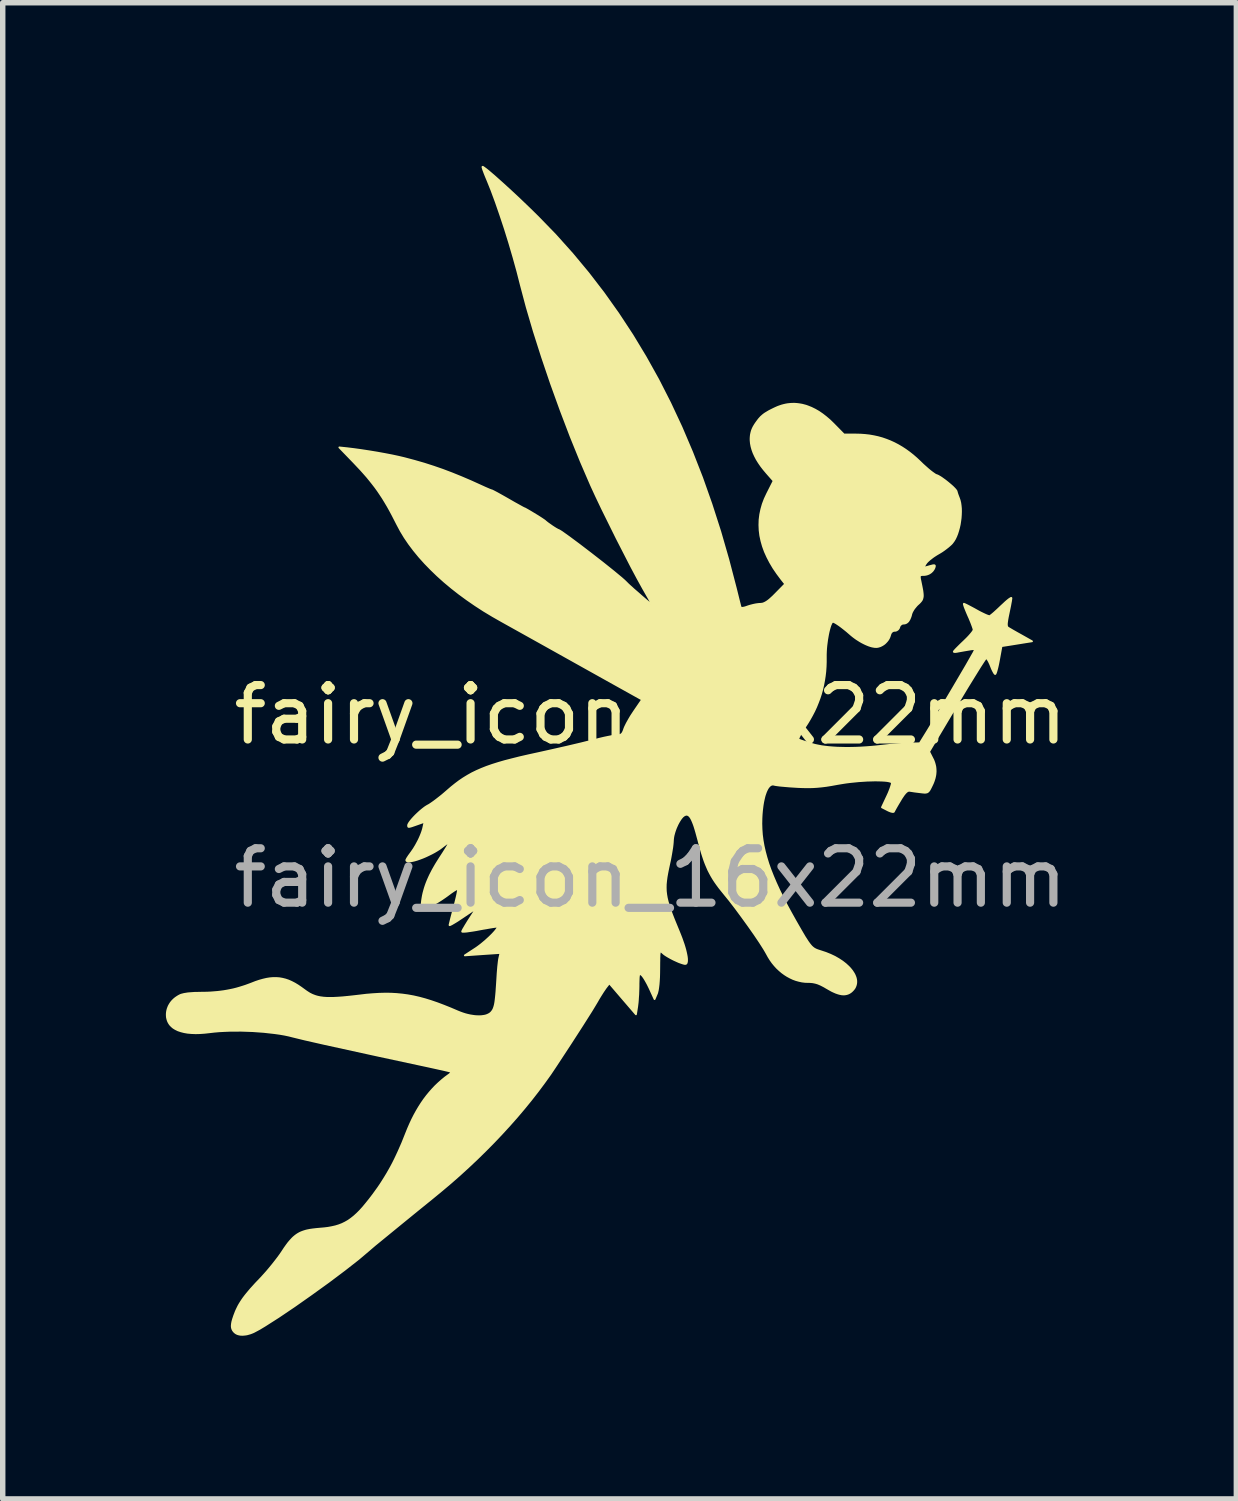
<source format=kicad_pcb>
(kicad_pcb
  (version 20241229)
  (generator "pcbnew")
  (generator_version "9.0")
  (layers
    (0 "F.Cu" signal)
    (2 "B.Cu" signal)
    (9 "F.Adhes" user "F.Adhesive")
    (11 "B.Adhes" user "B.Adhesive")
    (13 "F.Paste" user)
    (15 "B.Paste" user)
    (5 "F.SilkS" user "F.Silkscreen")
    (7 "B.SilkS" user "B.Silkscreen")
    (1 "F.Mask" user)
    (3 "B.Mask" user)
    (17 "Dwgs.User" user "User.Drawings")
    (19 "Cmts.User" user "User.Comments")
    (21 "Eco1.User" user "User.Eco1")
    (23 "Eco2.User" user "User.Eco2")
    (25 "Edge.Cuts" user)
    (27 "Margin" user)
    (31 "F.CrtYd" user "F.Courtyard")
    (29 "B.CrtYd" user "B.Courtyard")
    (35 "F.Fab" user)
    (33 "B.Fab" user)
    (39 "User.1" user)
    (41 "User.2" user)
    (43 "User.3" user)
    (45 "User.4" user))
  (footprint "fairy_icon_16x22mm"
    (layer "F.Cu")
    (at 8.91 10.589)
    (property "Reference" "fairy_icon_16x22mm" (at 0 -0.5 0) (unlocked yes) (layer "F.SilkS") (effects (font (size 1 1) (thickness 0.15))))
    (fp_poly (pts (xy -7.65 10.85) (xy -7.656 10.844) (xy -7.662 10.837) (xy -7.667 10.831) (xy -7.672 10.824) (xy -7.677 10.817) (xy -7.681 10.81) (xy -7.684 10.803) (xy -7.688 10.796) (xy -7.691 10.788) (xy -7.693 10.781) (xy -7.695 10.773) (xy -7.697 10.764) (xy -7.698 10.756) (xy -7.699 10.747) (xy -7.699 10.738) (xy -7.699 10.728) (xy -7.698 10.718) (xy -7.697 10.708) (xy -7.696 10.697) (xy -7.694 10.686) (xy -7.692 10.674) (xy -7.69 10.662) (xy -7.683 10.636) (xy -7.675 10.608) (xy -7.665 10.578) (xy -7.654 10.545) (xy -7.64 10.509) (xy -7.626 10.472) (xy -7.61 10.436) (xy -7.593 10.401) (xy -7.575 10.365) (xy -7.555 10.33) (xy -7.533 10.295) (xy -7.509 10.258) (xy -7.483 10.221) (xy -7.454 10.183) (xy -7.422 10.143) (xy -7.387 10.101) (xy -7.349 10.056) (xy -7.307 10.01) (xy -7.262 9.96) (xy -7.159 9.852) (xy -7.11 9.798) (xy -7.057 9.739) (xy -7.004 9.676) (xy -6.95 9.61) (xy -6.898 9.544) (xy -6.849 9.48) (xy -6.805 9.42) (xy -6.768 9.365) (xy -6.73 9.307) (xy -6.693 9.255) (xy -6.658 9.208) (xy -6.623 9.167) (xy -6.589 9.13) (xy -6.572 9.113) (xy -6.555 9.098) (xy -6.537 9.083) (xy -6.52 9.07) (xy -6.502 9.057) (xy -6.483 9.045) (xy -6.464 9.034) (xy -6.445 9.024) (xy -6.425 9.015) (xy -6.405 9.007) (xy -6.383 8.999) (xy -6.361 8.992) (xy -6.338 8.985) (xy -6.314 8.979) (xy -6.264 8.969) (xy -6.208 8.961) (xy -6.148 8.954) (xy -6.082 8.948) (xy -6.002 8.941) (xy -5.928 8.932) (xy -5.858 8.919) (xy -5.792 8.904) (xy -5.73 8.885) (xy -5.671 8.862) (xy -5.614 8.834) (xy -5.558 8.802) (xy -5.504 8.764) (xy -5.45 8.721) (xy -5.396 8.672) (xy -5.341 8.617) (xy -5.285 8.555) (xy -5.227 8.485) (xy -5.166 8.409) (xy -5.101 8.324) (xy -5.01 8.198) (xy -4.967 8.135) (xy -4.926 8.071) (xy -4.886 8.007) (xy -4.847 7.943) (xy -4.809 7.877) (xy -4.772 7.811) (xy -4.736 7.743) (xy -4.701 7.673) (xy -4.667 7.601) (xy -4.633 7.528) (xy -4.565 7.373) (xy -4.499 7.208) (xy -4.462 7.116) (xy -4.424 7.028) (xy -4.385 6.944) (xy -4.344 6.863) (xy -4.301 6.785) (xy -4.257 6.711) (xy -4.211 6.639) (xy -4.164 6.571) (xy -4.114 6.505) (xy -4.063 6.443) (xy -4.01 6.383) (xy -3.955 6.325) (xy -3.898 6.271) (xy -3.838 6.218) (xy -3.777 6.168) (xy -3.713 6.121) (xy -3.703 6.114) (xy -3.695 6.107) (xy -3.687 6.101) (xy -3.681 6.096) (xy -3.679 6.093) (xy -3.676 6.091) (xy -3.674 6.089) (xy -3.673 6.087) (xy -3.671 6.085) (xy -3.67 6.083) (xy -3.669 6.081) (xy -3.669 6.079) (xy -3.668 6.077) (xy -3.668 6.075) (xy -3.668 6.074) (xy -3.669 6.072) (xy -3.67 6.071) (xy -3.671 6.069) (xy -3.672 6.068) (xy -3.674 6.066) (xy -3.676 6.065) (xy -3.678 6.063) (xy -3.68 6.062) (xy -3.683 6.061) (xy -3.689 6.058) (xy -3.696 6.055) (xy -3.815 6.027) (xy -4.101 5.964) (xy -5.004 5.77) (xy -5.985 5.555) (xy -6.355 5.471) (xy -6.576 5.417) (xy -6.651 5.398) (xy -6.732 5.381) (xy -6.819 5.366) (xy -6.912 5.353) (xy -7.109 5.331) (xy -7.316 5.316) (xy -7.526 5.309) (xy -7.733 5.31) (xy -7.833 5.314) (xy -7.929 5.319) (xy -8.021 5.327) (xy -8.108 5.337) (xy -8.198 5.347) (xy -8.284 5.353) (xy -8.364 5.355) (xy -8.44 5.352) (xy -8.51 5.346) (xy -8.574 5.335) (xy -8.633 5.32) (xy -8.687 5.302) (xy -8.734 5.279) (xy -8.756 5.266) (xy -8.776 5.253) (xy -8.794 5.238) (xy -8.811 5.222) (xy -8.827 5.206) (xy -8.841 5.188) (xy -8.853 5.17) (xy -8.864 5.15) (xy -8.873 5.13) (xy -8.88 5.109) (xy -8.886 5.087) (xy -8.891 5.064) (xy -8.893 5.04) (xy -8.894 5.015) (xy -8.893 4.988) (xy -8.89 4.961) (xy -8.885 4.934) (xy -8.878 4.908) (xy -8.869 4.883) (xy -8.859 4.858) (xy -8.846 4.834) (xy -8.832 4.811) (xy -8.817 4.789) (xy -8.799 4.767) (xy -8.78 4.747) (xy -8.759 4.727) (xy -8.737 4.709) (xy -8.713 4.692) (xy -8.688 4.676) (xy -8.661 4.661) (xy -8.649 4.655) (xy -8.635 4.649) (xy -8.619 4.644) (xy -8.602 4.64) (xy -8.584 4.635) (xy -8.564 4.631) (xy -8.542 4.628) (xy -8.52 4.624) (xy -8.496 4.621) (xy -8.47 4.619) (xy -8.443 4.617) (xy -8.415 4.615) (xy -8.386 4.613) (xy -8.356 4.612) (xy -8.324 4.612) (xy -8.291 4.611) (xy -8.155 4.609) (xy -8.09 4.606) (xy -8.027 4.601) (xy -7.965 4.596) (xy -7.904 4.589) (xy -7.845 4.581) (xy -7.786 4.571) (xy -7.729 4.56) (xy -7.672 4.548) (xy -7.616 4.534) (xy -7.56 4.518) (xy -7.505 4.501) (xy -7.449 4.483) (xy -7.394 4.463) (xy -7.338 4.442) (xy -7.264 4.413) (xy -7.193 4.389) (xy -7.125 4.37) (xy -7.061 4.355) (xy -6.999 4.345) (xy -6.938 4.34) (xy -6.88 4.34) (xy -6.823 4.344) (xy -6.767 4.354) (xy -6.711 4.368) (xy -6.655 4.387) (xy -6.599 4.412) (xy -6.543 4.441) (xy -6.485 4.476) (xy -6.426 4.516) (xy -6.364 4.561) (xy -6.325 4.589) (xy -6.286 4.614) (xy -6.267 4.626) (xy -6.247 4.636) (xy -6.227 4.646) (xy -6.206 4.655) (xy -6.185 4.663) (xy -6.163 4.671) (xy -6.14 4.678) (xy -6.117 4.684) (xy -6.093 4.689) (xy -6.068 4.694) (xy -6.042 4.697) (xy -6.015 4.701) (xy -5.986 4.703) (xy -5.957 4.705) (xy -5.893 4.706) (xy -5.823 4.705) (xy -5.746 4.701) (xy -5.661 4.695) (xy -5.568 4.686) (xy -5.465 4.675) (xy -5.353 4.662) (xy -5.227 4.647) (xy -5.107 4.637) (xy -4.993 4.63) (xy -4.882 4.627) (xy -4.774 4.628) (xy -4.669 4.634) (xy -4.565 4.644) (xy -4.462 4.658) (xy -4.358 4.677) (xy -4.253 4.701) (xy -4.146 4.73) (xy -4.036 4.764) (xy -3.922 4.803) (xy -3.803 4.848) (xy -3.678 4.898) (xy -3.547 4.954) (xy -3.5 4.973) (xy -3.453 4.99) (xy -3.406 5.005) (xy -3.36 5.017) (xy -3.314 5.027) (xy -3.269 5.034) (xy -3.226 5.04) (xy -3.184 5.042) (xy -3.144 5.043) (xy -3.106 5.041) (xy -3.07 5.036) (xy -3.037 5.03) (xy -3.007 5.02) (xy -2.98 5.008) (xy -2.956 4.994) (xy -2.946 4.986) (xy -2.936 4.978) (xy -2.93 4.971) (xy -2.923 4.964) (xy -2.917 4.956) (xy -2.911 4.949) (xy -2.906 4.941) (xy -2.9 4.932) (xy -2.895 4.924) (xy -2.891 4.915) (xy -2.886 4.905) (xy -2.882 4.894) (xy -2.878 4.883) (xy -2.874 4.871) (xy -2.87 4.858) (xy -2.867 4.845) (xy -2.863 4.83) (xy -2.86 4.815) (xy -2.854 4.78) (xy -2.849 4.741) (xy -2.844 4.697) (xy -2.839 4.647) (xy -2.834 4.591) (xy -2.83 4.528) (xy -2.825 4.458) (xy -2.82 4.38) (xy -2.812 4.25) (xy -2.802 4.13) (xy -2.791 4.033) (xy -2.786 3.997) (xy -2.781 3.972) (xy -2.76 3.879) (xy -3.088 3.901) (xy -3.415 3.924) (xy -3.214 3.793) (xy -3.181 3.77) (xy -3.146 3.744) (xy -3.111 3.717) (xy -3.075 3.687) (xy -3.039 3.657) (xy -3.004 3.625) (xy -2.97 3.594) (xy -2.938 3.563) (xy -2.909 3.534) (xy -2.882 3.505) (xy -2.859 3.479) (xy -2.84 3.455) (xy -2.825 3.435) (xy -2.815 3.418) (xy -2.813 3.411) (xy -2.811 3.405) (xy -2.812 3.401) (xy -2.814 3.397) (xy -2.814 3.397) (xy -2.816 3.397) (xy -2.822 3.397) (xy -2.831 3.397) (xy -2.843 3.398) (xy -2.874 3.402) (xy -2.914 3.408) (xy -2.963 3.416) (xy -3.018 3.426) (xy -3.079 3.436) (xy -3.144 3.448) (xy -3.208 3.46) (xy -3.268 3.47) (xy -3.323 3.478) (xy -3.37 3.485) (xy -3.409 3.489) (xy -3.439 3.49) (xy -3.45 3.49) (xy -3.458 3.49) (xy -3.463 3.488) (xy -3.464 3.487) (xy -3.464 3.486) (xy -3.464 3.485) (xy -3.464 3.483) (xy -3.462 3.477) (xy -3.458 3.47) (xy -3.454 3.461) (xy -3.442 3.438) (xy -3.425 3.41) (xy -3.406 3.377) (xy -3.383 3.34) (xy -3.359 3.3) (xy -3.332 3.258) (xy -3.2 3.054) (xy -3.448 3.221) (xy -3.498 3.254) (xy -3.544 3.285) (xy -3.586 3.311) (xy -3.623 3.333) (xy -3.654 3.351) (xy -3.676 3.362) (xy -3.685 3.366) (xy -3.691 3.368) (xy -3.695 3.369) (xy -3.696 3.368) (xy -3.696 3.367) (xy -3.696 3.364) (xy -3.694 3.357) (xy -3.689 3.334) (xy -3.681 3.302) (xy -3.671 3.26) (xy -3.644 3.156) (xy -3.611 3.032) (xy -3.594 2.969) (xy -3.579 2.909) (xy -3.566 2.855) (xy -3.555 2.806) (xy -3.547 2.766) (xy -3.542 2.734) (xy -3.54 2.712) (xy -3.54 2.706) (xy -3.541 2.703) (xy -3.542 2.702) (xy -3.544 2.702) (xy -3.545 2.702) (xy -3.548 2.702) (xy -3.55 2.703) (xy -3.553 2.704) (xy -3.56 2.706) (xy -3.568 2.71) (xy -3.577 2.715) (xy -3.587 2.72) (xy -3.599 2.727) (xy -3.611 2.734) (xy -3.624 2.743) (xy -3.638 2.752) (xy -3.652 2.762) (xy -3.667 2.772) (xy -3.682 2.783) (xy -3.698 2.795) (xy -3.714 2.807) (xy -3.748 2.832) (xy -3.782 2.856) (xy -3.851 2.903) (xy -3.918 2.945) (xy -3.983 2.982) (xy -4.013 2.998) (xy -4.042 3.013) (xy -4.07 3.025) (xy -4.095 3.036) (xy -4.118 3.044) (xy -4.139 3.05) (xy -4.157 3.054) (xy -4.172 3.056) (xy -4.175 3.056) (xy -4.178 3.055) (xy -4.181 3.055) (xy -4.184 3.054) (xy -4.187 3.053) (xy -4.189 3.052) (xy -4.192 3.051) (xy -4.194 3.049) (xy -4.196 3.047) (xy -4.198 3.045) (xy -4.199 3.043) (xy -4.201 3.04) (xy -4.202 3.037) (xy -4.204 3.034) (xy -4.205 3.03) (xy -4.206 3.026) (xy -4.206 3.022) (xy -4.207 3.017) (xy -4.207 3.013) (xy -4.208 3.007) (xy -4.208 3.002) (xy -4.208 2.996) (xy -4.208 2.99) (xy -4.208 2.983) (xy -4.207 2.976) (xy -4.207 2.968) (xy -4.206 2.961) (xy -4.205 2.952) (xy -4.203 2.934) (xy -4.201 2.915) (xy -4.194 2.87) (xy -4.186 2.824) (xy -4.176 2.779) (xy -4.164 2.734) (xy -4.151 2.688) (xy -4.136 2.642) (xy -4.119 2.595) (xy -4.1 2.548) (xy -4.079 2.5) (xy -4.057 2.452) (xy -4.032 2.403) (xy -4.006 2.353) (xy -3.977 2.302) (xy -3.947 2.25) (xy -3.914 2.197) (xy -3.88 2.143) (xy -3.808 2.032) (xy -3.75 1.939) (xy -3.728 1.902) (xy -3.711 1.873) (xy -3.7 1.853) (xy -3.697 1.847) (xy -3.696 1.843) (xy -3.696 1.842) (xy -3.697 1.842) (xy -3.698 1.842) (xy -3.699 1.842) (xy -3.7 1.842) (xy -3.702 1.843) (xy -3.707 1.845) (xy -3.712 1.848) (xy -3.719 1.851) (xy -3.727 1.856) (xy -3.736 1.862) (xy -3.745 1.868) (xy -3.756 1.875) (xy -3.767 1.883) (xy -3.779 1.892) (xy -3.791 1.901) (xy -3.804 1.911) (xy -3.817 1.921) (xy -3.831 1.932) (xy -3.872 1.963) (xy -3.919 1.993) (xy -3.969 2.023) (xy -4.021 2.051) (xy -4.076 2.078) (xy -4.131 2.104) (xy -4.185 2.127) (xy -4.238 2.147) (xy -4.289 2.165) (xy -4.337 2.179) (xy -4.379 2.189) (xy -4.417 2.196) (xy -4.448 2.198) (xy -4.46 2.197) (xy -4.471 2.195) (xy -4.479 2.191) (xy -4.485 2.187) (xy -4.489 2.181) (xy -4.491 2.173) (xy -4.491 2.172) (xy -4.49 2.17) (xy -4.489 2.167) (xy -4.487 2.162) (xy -4.484 2.157) (xy -4.481 2.15) (xy -4.477 2.143) (xy -4.473 2.136) (xy -4.468 2.128) (xy -4.462 2.119) (xy -4.456 2.11) (xy -4.443 2.09) (xy -4.428 2.07) (xy -4.413 2.049) (xy -4.393 2.022) (xy -4.374 1.994) (xy -4.354 1.965) (xy -4.336 1.935) (xy -4.317 1.904) (xy -4.3 1.873) (xy -4.283 1.841) (xy -4.266 1.809) (xy -4.251 1.777) (xy -4.237 1.746) (xy -4.224 1.715) (xy -4.212 1.685) (xy -4.201 1.655) (xy -4.192 1.627) (xy -4.184 1.6) (xy -4.178 1.575) (xy -4.155 1.468) (xy -4.294 1.517) (xy -4.348 1.536) (xy -4.389 1.55) (xy -4.405 1.555) (xy -4.418 1.558) (xy -4.429 1.561) (xy -4.437 1.562) (xy -4.444 1.563) (xy -4.447 1.562) (xy -4.449 1.562) (xy -4.451 1.561) (xy -4.453 1.559) (xy -4.454 1.558) (xy -4.455 1.556) (xy -4.457 1.552) (xy -4.457 1.547) (xy -4.458 1.533) (xy -4.457 1.527) (xy -4.455 1.52) (xy -4.451 1.512) (xy -4.447 1.503) (xy -4.434 1.482) (xy -4.418 1.46) (xy -4.398 1.435) (xy -4.375 1.408) (xy -4.349 1.38) (xy -4.322 1.352) (xy -4.293 1.324) (xy -4.263 1.296) (xy -4.233 1.269) (xy -4.203 1.244) (xy -4.174 1.221) (xy -4.146 1.2) (xy -4.12 1.183) (xy -4.096 1.169) (xy -4.082 1.162) (xy -4.067 1.153) (xy -4.05 1.142) (xy -4.031 1.129) (xy -3.988 1.099) (xy -3.941 1.064) (xy -3.891 1.025) (xy -3.839 0.984) (xy -3.787 0.94) (xy -3.736 0.896) (xy -3.662 0.832) (xy -3.588 0.773) (xy -3.515 0.718) (xy -3.441 0.668) (xy -3.364 0.621) (xy -3.284 0.576) (xy -3.2 0.535) (xy -3.111 0.496) (xy -3.015 0.458) (xy -2.912 0.422) (xy -2.801 0.387) (xy -2.68 0.352) (xy -2.548 0.318) (xy -2.405 0.282) (xy -2.248 0.246) (xy -2.078 0.209) (xy -1.809 0.149) (xy -1.531 0.086) (xy -1.277 0.026) (xy -1.081 -0.023) (xy -1.002 -0.043) (xy -0.926 -0.062) (xy -0.853 -0.079) (xy -0.786 -0.093) (xy -0.726 -0.105) (xy -0.676 -0.115) (xy -0.637 -0.121) (xy -0.611 -0.123) (xy -0.598 -0.123) (xy -0.587 -0.124) (xy -0.581 -0.124) (xy -0.576 -0.125) (xy -0.571 -0.126) (xy -0.566 -0.128) (xy -0.561 -0.129) (xy -0.556 -0.131) (xy -0.552 -0.132) (xy -0.548 -0.135) (xy -0.544 -0.137) (xy -0.54 -0.139) (xy -0.536 -0.142) (xy -0.533 -0.145) (xy -0.529 -0.149) (xy -0.526 -0.152) (xy -0.523 -0.156) (xy -0.519 -0.161) (xy -0.516 -0.165) (xy -0.513 -0.17) (xy -0.51 -0.175) (xy -0.507 -0.181) (xy -0.502 -0.193) (xy -0.496 -0.206) (xy -0.49 -0.222) (xy -0.485 -0.238) (xy -0.48 -0.251) (xy -0.474 -0.266) (xy -0.467 -0.282) (xy -0.458 -0.3) (xy -0.439 -0.339) (xy -0.415 -0.382) (xy -0.389 -0.428) (xy -0.361 -0.475) (xy -0.331 -0.521) (xy -0.301 -0.566) (xy -0.156 -0.778) (xy -0.825 -1.151) (xy -2.024 -1.821) (xy -2.736 -2.218) (xy -2.903 -2.313) (xy -3.066 -2.411) (xy -3.223 -2.513) (xy -3.374 -2.617) (xy -3.52 -2.724) (xy -3.659 -2.833) (xy -3.792 -2.944) (xy -3.918 -3.057) (xy -4.037 -3.172) (xy -4.149 -3.287) (xy -4.254 -3.404) (xy -4.351 -3.522) (xy -4.44 -3.64) (xy -4.521 -3.759) (xy -4.593 -3.878) (xy -4.656 -3.996) (xy -4.748 -4.175) (xy -4.792 -4.257) (xy -4.835 -4.334) (xy -4.879 -4.408) (xy -4.922 -4.479) (xy -4.967 -4.547) (xy -5.012 -4.614) (xy -5.059 -4.679) (xy -5.108 -4.743) (xy -5.159 -4.807) (xy -5.212 -4.872) (xy -5.269 -4.937) (xy -5.329 -5.004) (xy -5.461 -5.144) (xy -5.722 -5.414) (xy -5.578 -5.399) (xy -5.455 -5.384) (xy -5.318 -5.365) (xy -5.174 -5.343) (xy -5.028 -5.319) (xy -4.885 -5.293) (xy -4.75 -5.267) (xy -4.629 -5.241) (xy -4.528 -5.217) (xy -4.34 -5.167) (xy -4.163 -5.116) (xy -3.992 -5.061) (xy -3.824 -5.003) (xy -3.655 -4.939) (xy -3.482 -4.869) (xy -3.302 -4.792) (xy -3.11 -4.705) (xy -3.042 -4.674) (xy -2.984 -4.649) (xy -2.961 -4.639) (xy -2.942 -4.632) (xy -2.929 -4.627) (xy -2.924 -4.626) (xy -2.922 -4.625) (xy -2.918 -4.624) (xy -2.912 -4.622) (xy -2.892 -4.612) (xy -2.863 -4.597) (xy -2.825 -4.577) (xy -2.78 -4.552) (xy -2.73 -4.524) (xy -2.675 -4.493) (xy -2.617 -4.46) (xy -2.504 -4.395) (xy -2.41 -4.343) (xy -2.345 -4.307) (xy -2.326 -4.298) (xy -2.318 -4.294) (xy -2.311 -4.292) (xy -2.298 -4.285) (xy -2.255 -4.261) (xy -2.197 -4.227) (xy -2.131 -4.187) (xy -2.065 -4.147) (xy -2.006 -4.109) (xy -1.963 -4.08) (xy -1.949 -4.07) (xy -1.941 -4.064) (xy -1.934 -4.057) (xy -1.923 -4.048) (xy -1.893 -4.024) (xy -1.855 -3.997) (xy -1.814 -3.968) (xy -1.773 -3.941) (xy -1.736 -3.918) (xy -1.721 -3.91) (xy -1.709 -3.903) (xy -1.7 -3.898) (xy -1.694 -3.897) (xy -1.674 -3.887) (xy -1.632 -3.861) (xy -1.496 -3.764) (xy -1.309 -3.625) (xy -1.096 -3.462) (xy -0.88 -3.294) (xy -0.685 -3.138) (xy -0.534 -3.013) (xy -0.483 -2.968) (xy -0.452 -2.938) (xy -0.437 -2.923) (xy -0.415 -2.901) (xy -0.386 -2.874) (xy -0.351 -2.843) (xy -0.312 -2.807) (xy -0.269 -2.77) (xy -0.224 -2.731) (xy -0.179 -2.691) (xy 0.045 -2.499) (xy -0.141 -2.825) (xy -0.238 -3.001) (xy -0.356 -3.222) (xy -0.624 -3.744) (xy -0.889 -4.28) (xy -1.003 -4.519) (xy -1.095 -4.719) (xy -1.282 -5.152) (xy -1.47 -5.615) (xy -1.654 -6.098) (xy -1.831 -6.588) (xy -1.996 -7.075) (xy -2.146 -7.546) (xy -2.277 -7.992) (xy -2.385 -8.399) (xy -2.448 -8.646) (xy -2.52 -8.906) (xy -2.598 -9.172) (xy -2.68 -9.436) (xy -2.764 -9.689) (xy -2.846 -9.926) (xy -2.924 -10.137) (xy -2.996 -10.316) (xy -3.017 -10.366) (xy -3.036 -10.412) (xy -3.053 -10.455) (xy -3.067 -10.493) (xy -3.079 -10.524) (xy -3.086 -10.549) (xy -3.09 -10.565) (xy -3.091 -10.57) (xy -3.09 -10.572) (xy -3.087 -10.573) (xy -3.08 -10.57) (xy -3.058 -10.555) (xy -3.024 -10.53) (xy -2.98 -10.495) (xy -2.868 -10.399) (xy -2.728 -10.274) (xy -2.57 -10.13) (xy -2.402 -9.973) (xy -2.233 -9.811) (xy -2.072 -9.653) (xy -1.748 -9.319) (xy -1.439 -8.974) (xy -1.143 -8.618) (xy -0.86 -8.25) (xy -0.591 -7.871) (xy -0.334 -7.48) (xy -0.09 -7.076) (xy 0.142 -6.66) (xy 0.361 -6.23) (xy 0.568 -5.787) (xy 0.763 -5.329) (xy 0.947 -4.858) (xy 1.119 -4.371) (xy 1.28 -3.87) (xy 1.429 -3.353) (xy 1.568 -2.821) (xy 1.623 -2.599) (xy 1.652 -2.485) (xy 1.653 -2.482) (xy 1.654 -2.48) (xy 1.655 -2.478) (xy 1.656 -2.476) (xy 1.658 -2.474) (xy 1.66 -2.472) (xy 1.662 -2.471) (xy 1.664 -2.469) (xy 1.666 -2.468) (xy 1.669 -2.467) (xy 1.671 -2.466) (xy 1.674 -2.466) (xy 1.678 -2.465) (xy 1.681 -2.465) (xy 1.685 -2.465) (xy 1.689 -2.465) (xy 1.693 -2.465) (xy 1.697 -2.466) (xy 1.702 -2.467) (xy 1.707 -2.467) (xy 1.712 -2.468) (xy 1.718 -2.47) (xy 1.724 -2.471) (xy 1.73 -2.473) (xy 1.736 -2.474) (xy 1.743 -2.476) (xy 1.757 -2.481) (xy 1.772 -2.486) (xy 1.789 -2.492) (xy 1.817 -2.501) (xy 1.846 -2.509) (xy 1.877 -2.517) (xy 1.908 -2.524) (xy 1.938 -2.53) (xy 1.967 -2.534) (xy 1.993 -2.537) (xy 2.005 -2.538) (xy 2.016 -2.538) (xy 2.03 -2.539) (xy 2.045 -2.541) (xy 2.052 -2.542) (xy 2.059 -2.543) (xy 2.066 -2.545) (xy 2.073 -2.548) (xy 2.08 -2.55) (xy 2.087 -2.553) (xy 2.102 -2.56) (xy 2.117 -2.568) (xy 2.133 -2.578) (xy 2.15 -2.589) (xy 2.167 -2.602) (xy 2.186 -2.617) (xy 2.205 -2.634) (xy 2.226 -2.653) (xy 2.248 -2.673) (xy 2.271 -2.696) (xy 2.296 -2.721) (xy 2.475 -2.903) (xy 2.403 -2.994) (xy 2.327 -3.096) (xy 2.258 -3.197) (xy 2.198 -3.298) (xy 2.146 -3.398) (xy 2.101 -3.497) (xy 2.065 -3.596) (xy 2.037 -3.695) (xy 2.016 -3.793) (xy 2.004 -3.891) (xy 2 -3.988) (xy 2.003 -4.085) (xy 2.015 -4.181) (xy 2.035 -4.277) (xy 2.062 -4.372) (xy 2.098 -4.467) (xy 2.142 -4.561) (xy 2.262 -4.799) (xy 2.132 -4.947) (xy 2.079 -5.01) (xy 2.031 -5.072) (xy 1.989 -5.133) (xy 1.951 -5.194) (xy 1.919 -5.255) (xy 1.892 -5.314) (xy 1.871 -5.372) (xy 1.855 -5.429) (xy 1.844 -5.486) (xy 1.839 -5.54) (xy 1.838 -5.567) (xy 1.839 -5.594) (xy 1.841 -5.62) (xy 1.844 -5.646) (xy 1.849 -5.671) (xy 1.855 -5.696) (xy 1.862 -5.721) (xy 1.871 -5.745) (xy 1.881 -5.768) (xy 1.893 -5.792) (xy 1.906 -5.814) (xy 1.92 -5.837) (xy 1.939 -5.865) (xy 1.958 -5.891) (xy 1.975 -5.914) (xy 1.992 -5.936) (xy 2.009 -5.955) (xy 2.026 -5.974) (xy 2.044 -5.99) (xy 2.062 -6.006) (xy 2.082 -6.022) (xy 2.103 -6.037) (xy 2.126 -6.051) (xy 2.151 -6.066) (xy 2.178 -6.082) (xy 2.209 -6.098) (xy 2.243 -6.115) (xy 2.28 -6.133) (xy 2.313 -6.148) (xy 2.346 -6.162) (xy 2.38 -6.174) (xy 2.413 -6.185) (xy 2.447 -6.194) (xy 2.481 -6.202) (xy 2.514 -6.208) (xy 2.548 -6.212) (xy 2.582 -6.215) (xy 2.616 -6.216) (xy 2.65 -6.216) (xy 2.684 -6.214) (xy 2.718 -6.21) (xy 2.752 -6.205) (xy 2.786 -6.199) (xy 2.82 -6.19) (xy 2.854 -6.181) (xy 2.888 -6.169) (xy 2.956 -6.142) (xy 3.023 -6.109) (xy 3.091 -6.07) (xy 3.158 -6.024) (xy 3.225 -5.972) (xy 3.292 -5.915) (xy 3.358 -5.851) (xy 3.554 -5.652) (xy 3.778 -5.651) (xy 3.862 -5.649) (xy 3.944 -5.643) (xy 4.024 -5.634) (xy 4.103 -5.62) (xy 4.181 -5.603) (xy 4.257 -5.582) (xy 4.332 -5.556) (xy 4.406 -5.527) (xy 4.478 -5.494) (xy 4.549 -5.457) (xy 4.619 -5.416) (xy 4.688 -5.371) (xy 4.756 -5.322) (xy 4.823 -5.269) (xy 4.89 -5.211) (xy 4.955 -5.15) (xy 5.003 -5.103) (xy 5.051 -5.06) (xy 5.097 -5.019) (xy 5.14 -4.983) (xy 5.179 -4.953) (xy 5.213 -4.929) (xy 5.227 -4.919) (xy 5.24 -4.912) (xy 5.25 -4.907) (xy 5.259 -4.904) (xy 5.276 -4.898) (xy 5.297 -4.887) (xy 5.321 -4.873) (xy 5.348 -4.856) (xy 5.377 -4.835) (xy 5.408 -4.813) (xy 5.439 -4.789) (xy 5.47 -4.764) (xy 5.5 -4.739) (xy 5.528 -4.715) (xy 5.555 -4.691) (xy 5.578 -4.668) (xy 5.597 -4.648) (xy 5.612 -4.63) (xy 5.622 -4.615) (xy 5.625 -4.609) (xy 5.626 -4.604) (xy 5.627 -4.601) (xy 5.628 -4.597) (xy 5.629 -4.592) (xy 5.631 -4.586) (xy 5.635 -4.572) (xy 5.64 -4.557) (xy 5.646 -4.539) (xy 5.653 -4.521) (xy 5.66 -4.502) (xy 5.668 -4.482) (xy 5.682 -4.441) (xy 5.693 -4.395) (xy 5.7 -4.344) (xy 5.705 -4.291) (xy 5.706 -4.234) (xy 5.704 -4.176) (xy 5.7 -4.116) (xy 5.692 -4.057) (xy 5.683 -3.997) (xy 5.67 -3.939) (xy 5.655 -3.884) (xy 5.638 -3.83) (xy 5.619 -3.781) (xy 5.598 -3.736) (xy 5.574 -3.696) (xy 5.549 -3.662) (xy 5.54 -3.651) (xy 5.529 -3.639) (xy 5.516 -3.627) (xy 5.503 -3.615) (xy 5.488 -3.602) (xy 5.472 -3.588) (xy 5.455 -3.575) (xy 5.438 -3.561) (xy 5.42 -3.548) (xy 5.402 -3.534) (xy 5.383 -3.521) (xy 5.365 -3.508) (xy 5.346 -3.496) (xy 5.327 -3.484) (xy 5.308 -3.473) (xy 5.29 -3.462) (xy 5.272 -3.452) (xy 5.254 -3.441) (xy 5.236 -3.429) (xy 5.218 -3.418) (xy 5.184 -3.394) (xy 5.152 -3.369) (xy 5.136 -3.357) (xy 5.122 -3.345) (xy 5.109 -3.333) (xy 5.097 -3.322) (xy 5.086 -3.311) (xy 5.077 -3.301) (xy 5.069 -3.292) (xy 5.063 -3.283) (xy 5.052 -3.267) (xy 5.043 -3.251) (xy 5.035 -3.238) (xy 5.028 -3.225) (xy 5.023 -3.216) (xy 5.021 -3.211) (xy 5.019 -3.208) (xy 5.019 -3.205) (xy 5.018 -3.203) (xy 5.018 -3.202) (xy 5.018 -3.202) (xy 5.019 -3.202) (xy 5.02 -3.202) (xy 5.023 -3.202) (xy 5.031 -3.204) (xy 5.042 -3.207) (xy 5.056 -3.211) (xy 5.092 -3.22) (xy 5.133 -3.232) (xy 5.149 -3.236) (xy 5.164 -3.24) (xy 5.176 -3.243) (xy 5.187 -3.246) (xy 5.197 -3.247) (xy 5.205 -3.248) (xy 5.208 -3.248) (xy 5.211 -3.248) (xy 5.214 -3.248) (xy 5.217 -3.247) (xy 5.219 -3.246) (xy 5.221 -3.245) (xy 5.222 -3.244) (xy 5.223 -3.243) (xy 5.224 -3.241) (xy 5.225 -3.239) (xy 5.226 -3.237) (xy 5.226 -3.235) (xy 5.226 -3.232) (xy 5.225 -3.229) (xy 5.224 -3.223) (xy 5.222 -3.215) (xy 5.22 -3.207) (xy 5.217 -3.199) (xy 5.214 -3.192) (xy 5.21 -3.185) (xy 5.207 -3.178) (xy 5.203 -3.171) (xy 5.198 -3.164) (xy 5.194 -3.158) (xy 5.189 -3.151) (xy 5.184 -3.145) (xy 5.179 -3.139) (xy 5.173 -3.133) (xy 5.167 -3.128) (xy 5.161 -3.122) (xy 5.155 -3.117) (xy 5.149 -3.112) (xy 5.142 -3.108) (xy 5.135 -3.103) (xy 5.128 -3.099) (xy 5.121 -3.095) (xy 5.114 -3.091) (xy 5.107 -3.088) (xy 5.099 -3.085) (xy 5.091 -3.082) (xy 5.083 -3.079) (xy 5.075 -3.077) (xy 5.067 -3.075) (xy 5.059 -3.073) (xy 5.051 -3.072) (xy 5.043 -3.071) (xy 5.034 -3.07) (xy 5.026 -3.069) (xy 5.017 -3.069) (xy 5.004 -3.069) (xy 4.993 -3.069) (xy 4.988 -3.068) (xy 4.983 -3.068) (xy 4.978 -3.067) (xy 4.974 -3.066) (xy 4.97 -3.065) (xy 4.967 -3.064) (xy 4.964 -3.063) (xy 4.961 -3.061) (xy 4.959 -3.059) (xy 4.956 -3.057) (xy 4.955 -3.055) (xy 4.953 -3.052) (xy 4.952 -3.049) (xy 4.951 -3.046) (xy 4.95 -3.043) (xy 4.949 -3.039) (xy 4.949 -3.035) (xy 4.949 -3.03) (xy 4.949 -3.025) (xy 4.95 -3.02) (xy 4.951 -3.008) (xy 4.953 -2.994) (xy 4.956 -2.979) (xy 4.96 -2.962) (xy 4.981 -2.859) (xy 4.989 -2.817) (xy 4.996 -2.779) (xy 5 -2.746) (xy 5.003 -2.717) (xy 5.004 -2.691) (xy 5.003 -2.668) (xy 4.999 -2.648) (xy 4.994 -2.629) (xy 4.987 -2.612) (xy 4.977 -2.596) (xy 4.965 -2.581) (xy 4.951 -2.565) (xy 4.935 -2.549) (xy 4.916 -2.532) (xy 4.905 -2.522) (xy 4.895 -2.512) (xy 4.885 -2.501) (xy 4.875 -2.489) (xy 4.865 -2.477) (xy 4.855 -2.465) (xy 4.846 -2.453) (xy 4.837 -2.441) (xy 4.829 -2.428) (xy 4.822 -2.416) (xy 4.815 -2.404) (xy 4.809 -2.392) (xy 4.803 -2.381) (xy 4.799 -2.37) (xy 4.795 -2.359) (xy 4.792 -2.35) (xy 4.787 -2.328) (xy 4.781 -2.308) (xy 4.774 -2.289) (xy 4.767 -2.272) (xy 4.76 -2.256) (xy 4.752 -2.242) (xy 4.744 -2.229) (xy 4.736 -2.217) (xy 4.726 -2.207) (xy 4.717 -2.199) (xy 4.712 -2.195) (xy 4.706 -2.192) (xy 4.701 -2.188) (xy 4.696 -2.186) (xy 4.69 -2.183) (xy 4.684 -2.181) (xy 4.678 -2.179) (xy 4.672 -2.178) (xy 4.66 -2.176) (xy 4.647 -2.175) (xy 4.644 -2.175) (xy 4.641 -2.175) (xy 4.638 -2.175) (xy 4.635 -2.174) (xy 4.632 -2.173) (xy 4.629 -2.172) (xy 4.626 -2.171) (xy 4.623 -2.17) (xy 4.62 -2.169) (xy 4.617 -2.167) (xy 4.611 -2.164) (xy 4.606 -2.16) (xy 4.601 -2.156) (xy 4.596 -2.151) (xy 4.591 -2.146) (xy 4.586 -2.141) (xy 4.582 -2.135) (xy 4.579 -2.129) (xy 4.577 -2.126) (xy 4.576 -2.122) (xy 4.574 -2.119) (xy 4.573 -2.116) (xy 4.572 -2.113) (xy 4.571 -2.109) (xy 4.57 -2.106) (xy 4.569 -2.102) (xy 4.568 -2.099) (xy 4.566 -2.095) (xy 4.565 -2.092) (xy 4.563 -2.089) (xy 4.561 -2.086) (xy 4.559 -2.083) (xy 4.557 -2.08) (xy 4.555 -2.077) (xy 4.553 -2.074) (xy 4.55 -2.071) (xy 4.548 -2.069) (xy 4.545 -2.066) (xy 4.543 -2.064) (xy 4.54 -2.062) (xy 4.537 -2.06) (xy 4.534 -2.058) (xy 4.531 -2.056) (xy 4.528 -2.054) (xy 4.525 -2.052) (xy 4.522 -2.051) (xy 4.519 -2.049) (xy 4.516 -2.048) (xy 4.512 -2.047) (xy 4.509 -2.046) (xy 4.506 -2.045) (xy 4.502 -2.044) (xy 4.499 -2.044) (xy 4.495 -2.043) (xy 4.492 -2.043) (xy 4.488 -2.043) (xy 4.484 -2.043) (xy 4.48 -2.043) (xy 4.477 -2.042) (xy 4.473 -2.042) (xy 4.469 -2.041) (xy 4.466 -2.04) (xy 4.462 -2.039) (xy 4.459 -2.038) (xy 4.455 -2.036) (xy 4.452 -2.035) (xy 4.449 -2.033) (xy 4.446 -2.031) (xy 4.443 -2.029) (xy 4.44 -2.027) (xy 4.437 -2.024) (xy 4.434 -2.022) (xy 4.431 -2.019) (xy 4.429 -2.016) (xy 4.426 -2.013) (xy 4.424 -2.01) (xy 4.421 -2.007) (xy 4.419 -2.003) (xy 4.417 -2) (xy 4.415 -1.996) (xy 4.413 -1.992) (xy 4.411 -1.988) (xy 4.408 -1.98) (xy 4.405 -1.971) (xy 4.402 -1.961) (xy 4.399 -1.95) (xy 4.395 -1.939) (xy 4.391 -1.929) (xy 4.387 -1.918) (xy 4.382 -1.908) (xy 4.377 -1.898) (xy 4.371 -1.888) (xy 4.365 -1.878) (xy 4.358 -1.869) (xy 4.351 -1.859) (xy 4.336 -1.842) (xy 4.32 -1.825) (xy 4.303 -1.809) (xy 4.285 -1.795) (xy 4.266 -1.783) (xy 4.256 -1.777) (xy 4.246 -1.772) (xy 4.236 -1.767) (xy 4.226 -1.762) (xy 4.215 -1.758) (xy 4.205 -1.755) (xy 4.195 -1.752) (xy 4.184 -1.749) (xy 4.174 -1.747) (xy 4.164 -1.746) (xy 4.153 -1.745) (xy 4.143 -1.745) (xy 4.119 -1.746) (xy 4.094 -1.75) (xy 4.068 -1.755) (xy 4.04 -1.763) (xy 4.01 -1.773) (xy 3.98 -1.785) (xy 3.948 -1.799) (xy 3.917 -1.814) (xy 3.884 -1.831) (xy 3.851 -1.85) (xy 3.819 -1.87) (xy 3.786 -1.891) (xy 3.754 -1.914) (xy 3.722 -1.938) (xy 3.691 -1.963) (xy 3.661 -1.989) (xy 3.609 -2.034) (xy 3.558 -2.075) (xy 3.511 -2.112) (xy 3.466 -2.145) (xy 3.427 -2.171) (xy 3.41 -2.182) (xy 3.394 -2.191) (xy 3.38 -2.199) (xy 3.368 -2.204) (xy 3.358 -2.207) (xy 3.351 -2.208) (xy 3.345 -2.207) (xy 3.34 -2.204) (xy 3.335 -2.198) (xy 3.329 -2.191) (xy 3.323 -2.182) (xy 3.318 -2.17) (xy 3.306 -2.143) (xy 3.295 -2.109) (xy 3.284 -2.07) (xy 3.273 -2.027) (xy 3.263 -1.98) (xy 3.254 -1.929) (xy 3.245 -1.877) (xy 3.238 -1.823) (xy 3.231 -1.768) (xy 3.226 -1.714) (xy 3.223 -1.66) (xy 3.221 -1.608) (xy 3.221 -1.558) (xy 3.221 -1.469) (xy 3.218 -1.382) (xy 3.212 -1.296) (xy 3.202 -1.211) (xy 3.189 -1.127) (xy 3.173 -1.044) (xy 3.154 -0.962) (xy 3.132 -0.882) (xy 3.106 -0.802) (xy 3.076 -0.723) (xy 3.044 -0.644) (xy 3.008 -0.566) (xy 2.968 -0.489) (xy 2.925 -0.412) (xy 2.879 -0.336) (xy 2.829 -0.26) (xy 2.802 -0.219) (xy 2.778 -0.181) (xy 2.758 -0.146) (xy 2.741 -0.114) (xy 2.734 -0.1) (xy 2.728 -0.088) (xy 2.723 -0.077) (xy 2.72 -0.067) (xy 2.717 -0.059) (xy 2.716 -0.052) (xy 2.717 -0.048) (xy 2.717 -0.046) (xy 2.719 -0.045) (xy 2.722 -0.044) (xy 2.728 -0.041) (xy 2.746 -0.034) (xy 2.771 -0.025) (xy 2.803 -0.014) (xy 2.839 -0.002) (xy 2.88 0.011) (xy 2.924 0.025) (xy 2.97 0.039) (xy 3.022 0.054) (xy 3.08 0.066) (xy 3.142 0.078) (xy 3.208 0.087) (xy 3.279 0.095) (xy 3.354 0.101) (xy 3.433 0.106) (xy 3.514 0.108) (xy 3.599 0.11) (xy 3.686 0.109) (xy 3.776 0.107) (xy 3.868 0.103) (xy 3.962 0.097) (xy 4.057 0.09) (xy 4.153 0.081) (xy 4.25 0.07) (xy 4.387 0.055) (xy 4.528 0.043) (xy 4.657 0.033) (xy 4.711 0.03) (xy 4.756 0.029) (xy 4.948 0.025) (xy 5.091 -0.206) (xy 5.288 -0.532) (xy 5.557 -0.987) (xy 5.805 -1.409) (xy 5.936 -1.639) (xy 5.943 -1.652) (xy 5.948 -1.664) (xy 5.953 -1.674) (xy 5.955 -1.678) (xy 5.956 -1.682) (xy 5.957 -1.686) (xy 5.958 -1.689) (xy 5.958 -1.692) (xy 5.958 -1.695) (xy 5.958 -1.697) (xy 5.957 -1.699) (xy 5.955 -1.701) (xy 5.953 -1.703) (xy 5.951 -1.704) (xy 5.948 -1.705) (xy 5.945 -1.706) (xy 5.941 -1.706) (xy 5.937 -1.706) (xy 5.932 -1.706) (xy 5.926 -1.706) (xy 5.92 -1.705) (xy 5.906 -1.704) (xy 5.89 -1.702) (xy 5.849 -1.695) (xy 5.794 -1.686) (xy 5.738 -1.676) (xy 5.687 -1.667) (xy 5.648 -1.66) (xy 5.641 -1.658) (xy 5.634 -1.657) (xy 5.626 -1.656) (xy 5.62 -1.655) (xy 5.613 -1.654) (xy 5.607 -1.654) (xy 5.601 -1.653) (xy 5.596 -1.653) (xy 5.591 -1.653) (xy 5.587 -1.654) (xy 5.583 -1.654) (xy 5.58 -1.655) (xy 5.577 -1.656) (xy 5.575 -1.657) (xy 5.575 -1.658) (xy 5.574 -1.658) (xy 5.574 -1.659) (xy 5.574 -1.66) (xy 5.574 -1.661) (xy 5.575 -1.662) (xy 5.578 -1.666) (xy 5.582 -1.672) (xy 5.588 -1.679) (xy 5.596 -1.688) (xy 5.605 -1.698) (xy 5.627 -1.721) (xy 5.654 -1.748) (xy 5.685 -1.779) (xy 5.719 -1.812) (xy 5.756 -1.847) (xy 5.793 -1.883) (xy 5.827 -1.917) (xy 5.858 -1.95) (xy 5.885 -1.981) (xy 5.907 -2.008) (xy 5.916 -2.02) (xy 5.924 -2.031) (xy 5.93 -2.041) (xy 5.934 -2.049) (xy 5.937 -2.056) (xy 5.938 -2.059) (xy 5.938 -2.061) (xy 5.938 -2.067) (xy 5.936 -2.074) (xy 5.934 -2.083) (xy 5.93 -2.095) (xy 5.921 -2.122) (xy 5.909 -2.155) (xy 5.895 -2.192) (xy 5.878 -2.233) (xy 5.86 -2.277) (xy 5.84 -2.321) (xy 5.821 -2.365) (xy 5.804 -2.406) (xy 5.789 -2.443) (xy 5.776 -2.475) (xy 5.767 -2.502) (xy 5.761 -2.522) (xy 5.759 -2.53) (xy 5.759 -2.535) (xy 5.759 -2.538) (xy 5.76 -2.539) (xy 5.76 -2.54) (xy 5.763 -2.539) (xy 5.768 -2.537) (xy 5.775 -2.534) (xy 5.784 -2.53) (xy 5.807 -2.519) (xy 5.835 -2.505) (xy 5.869 -2.487) (xy 5.907 -2.467) (xy 5.948 -2.445) (xy 5.991 -2.421) (xy 6.034 -2.397) (xy 6.075 -2.376) (xy 6.114 -2.357) (xy 6.15 -2.34) (xy 6.18 -2.327) (xy 6.205 -2.318) (xy 6.215 -2.315) (xy 6.224 -2.313) (xy 6.23 -2.313) (xy 6.234 -2.313) (xy 6.239 -2.315) (xy 6.245 -2.319) (xy 6.252 -2.325) (xy 6.261 -2.332) (xy 6.284 -2.35) (xy 6.311 -2.373) (xy 6.342 -2.401) (xy 6.376 -2.432) (xy 6.412 -2.466) (xy 6.45 -2.502) (xy 6.487 -2.536) (xy 6.521 -2.568) (xy 6.552 -2.595) (xy 6.579 -2.617) (xy 6.591 -2.626) (xy 6.602 -2.633) (xy 6.611 -2.639) (xy 6.619 -2.644) (xy 6.625 -2.647) (xy 6.63 -2.648) (xy 6.631 -2.648) (xy 6.632 -2.647) (xy 6.633 -2.646) (xy 6.633 -2.644) (xy 6.633 -2.64) (xy 6.632 -2.633) (xy 6.629 -2.612) (xy 6.625 -2.584) (xy 6.618 -2.549) (xy 6.611 -2.509) (xy 6.602 -2.465) (xy 6.582 -2.368) (xy 6.568 -2.301) (xy 6.558 -2.246) (xy 6.555 -2.223) (xy 6.552 -2.202) (xy 6.55 -2.184) (xy 6.549 -2.168) (xy 6.549 -2.154) (xy 6.55 -2.142) (xy 6.552 -2.131) (xy 6.555 -2.122) (xy 6.558 -2.115) (xy 6.563 -2.109) (xy 6.568 -2.103) (xy 6.574 -2.099) (xy 6.606 -2.08) (xy 6.662 -2.047) (xy 6.734 -2.006) (xy 6.815 -1.961) (xy 7.012 -1.85) (xy 6.897 -1.832) (xy 6.617 -1.787) (xy 6.451 -1.761) (xy 6.404 -1.505) (xy 6.394 -1.453) (xy 6.384 -1.405) (xy 6.374 -1.362) (xy 6.364 -1.324) (xy 6.355 -1.292) (xy 6.347 -1.269) (xy 6.343 -1.26) (xy 6.34 -1.254) (xy 6.337 -1.25) (xy 6.335 -1.249) (xy 6.334 -1.248) (xy 6.333 -1.249) (xy 6.332 -1.249) (xy 6.33 -1.25) (xy 6.328 -1.251) (xy 6.327 -1.253) (xy 6.325 -1.255) (xy 6.321 -1.26) (xy 6.316 -1.267) (xy 6.312 -1.274) (xy 6.307 -1.283) (xy 6.301 -1.293) (xy 6.296 -1.303) (xy 6.29 -1.315) (xy 6.284 -1.327) (xy 6.278 -1.34) (xy 6.272 -1.354) (xy 6.266 -1.369) (xy 6.26 -1.384) (xy 6.254 -1.399) (xy 6.248 -1.414) (xy 6.242 -1.429) (xy 6.235 -1.443) (xy 6.229 -1.457) (xy 6.223 -1.469) (xy 6.217 -1.481) (xy 6.211 -1.492) (xy 6.205 -1.502) (xy 6.199 -1.511) (xy 6.193 -1.519) (xy 6.188 -1.526) (xy 6.183 -1.532) (xy 6.178 -1.536) (xy 6.174 -1.539) (xy 6.172 -1.539) (xy 6.17 -1.54) (xy 6.168 -1.54) (xy 6.167 -1.54) (xy 6.161 -1.534) (xy 6.15 -1.52) (xy 6.115 -1.468) (xy 6.063 -1.388) (xy 5.997 -1.282) (xy 5.918 -1.154) (xy 5.828 -1.008) (xy 5.731 -0.847) (xy 5.629 -0.675) (xy 5.12 0.18) (xy 5.181 0.301) (xy 5.196 0.33) (xy 5.208 0.36) (xy 5.218 0.39) (xy 5.226 0.42) (xy 5.233 0.45) (xy 5.237 0.48) (xy 5.239 0.51) (xy 5.24 0.541) (xy 5.238 0.572) (xy 5.235 0.603) (xy 5.229 0.634) (xy 5.222 0.666) (xy 5.212 0.698) (xy 5.201 0.731) (xy 5.188 0.763) (xy 5.172 0.797) (xy 5.149 0.844) (xy 5.139 0.863) (xy 5.13 0.88) (xy 5.121 0.893) (xy 5.116 0.899) (xy 5.112 0.905) (xy 5.107 0.91) (xy 5.103 0.914) (xy 5.098 0.918) (xy 5.093 0.921) (xy 5.088 0.924) (xy 5.083 0.927) (xy 5.077 0.929) (xy 5.071 0.93) (xy 5.065 0.931) (xy 5.059 0.932) (xy 5.052 0.933) (xy 5.044 0.933) (xy 5.028 0.933) (xy 5.01 0.931) (xy 4.989 0.929) (xy 4.965 0.926) (xy 4.907 0.919) (xy 4.851 0.912) (xy 4.801 0.904) (xy 4.766 0.899) (xy 4.762 0.898) (xy 4.757 0.898) (xy 4.753 0.898) (xy 4.749 0.898) (xy 4.744 0.899) (xy 4.74 0.9) (xy 4.736 0.901) (xy 4.731 0.903) (xy 4.726 0.905) (xy 4.722 0.907) (xy 4.717 0.91) (xy 4.713 0.913) (xy 4.708 0.917) (xy 4.703 0.921) (xy 4.698 0.925) (xy 4.693 0.93) (xy 4.688 0.936) (xy 4.682 0.941) (xy 4.677 0.947) (xy 4.672 0.954) (xy 4.66 0.968) (xy 4.648 0.985) (xy 4.636 1.003) (xy 4.622 1.023) (xy 4.608 1.045) (xy 4.594 1.069) (xy 4.55 1.142) (xy 4.513 1.206) (xy 4.486 1.255) (xy 4.478 1.271) (xy 4.473 1.28) (xy 4.472 1.282) (xy 4.471 1.283) (xy 4.47 1.284) (xy 4.469 1.285) (xy 4.467 1.286) (xy 4.465 1.287) (xy 4.463 1.287) (xy 4.461 1.288) (xy 4.458 1.288) (xy 4.455 1.288) (xy 4.452 1.288) (xy 4.449 1.288) (xy 4.446 1.287) (xy 4.442 1.287) (xy 4.435 1.285) (xy 4.426 1.283) (xy 4.418 1.281) (xy 4.409 1.278) (xy 4.399 1.274) (xy 4.389 1.27) (xy 4.379 1.266) (xy 4.368 1.261) (xy 4.358 1.256) (xy 4.253 1.202) (xy 4.355 0.985) (xy 4.375 0.941) (xy 4.392 0.899) (xy 4.407 0.86) (xy 4.419 0.825) (xy 4.428 0.795) (xy 4.432 0.782) (xy 4.434 0.771) (xy 4.435 0.761) (xy 4.436 0.754) (xy 4.435 0.748) (xy 4.434 0.746) (xy 4.433 0.745) (xy 4.426 0.739) (xy 4.416 0.735) (xy 4.389 0.726) (xy 4.352 0.719) (xy 4.306 0.714) (xy 4.252 0.711) (xy 4.192 0.709) (xy 4.126 0.708) (xy 4.056 0.71) (xy 3.982 0.712) (xy 3.905 0.717) (xy 3.826 0.722) (xy 3.746 0.73) (xy 3.667 0.738) (xy 3.589 0.748) (xy 3.513 0.76) (xy 3.441 0.772) (xy 3.331 0.792) (xy 3.233 0.808) (xy 3.144 0.819) (xy 3.059 0.827) (xy 2.976 0.832) (xy 2.89 0.833) (xy 2.799 0.832) (xy 2.699 0.828) (xy 2.556 0.819) (xy 2.428 0.808) (xy 2.374 0.803) (xy 2.328 0.797) (xy 2.294 0.792) (xy 2.271 0.787) (xy 2.26 0.784) (xy 2.249 0.783) (xy 2.238 0.784) (xy 2.228 0.786) (xy 2.217 0.79) (xy 2.207 0.795) (xy 2.197 0.802) (xy 2.187 0.811) (xy 2.177 0.821) (xy 2.168 0.832) (xy 2.158 0.845) (xy 2.149 0.86) (xy 2.141 0.875) (xy 2.132 0.893) (xy 2.124 0.911) (xy 2.116 0.931) (xy 2.109 0.952) (xy 2.101 0.974) (xy 2.094 0.998) (xy 2.088 1.022) (xy 2.082 1.048) (xy 2.076 1.075) (xy 2.07 1.103) (xy 2.065 1.133) (xy 2.06 1.163) (xy 2.056 1.194) (xy 2.052 1.227) (xy 2.048 1.26) (xy 2.045 1.295) (xy 2.042 1.33) (xy 2.038 1.403) (xy 2.036 1.503) (xy 2.039 1.603) (xy 2.046 1.704) (xy 2.059 1.806) (xy 2.077 1.909) (xy 2.101 2.015) (xy 2.13 2.123) (xy 2.164 2.235) (xy 2.205 2.35) (xy 2.252 2.469) (xy 2.305 2.593) (xy 2.364 2.722) (xy 2.43 2.856) (xy 2.502 2.996) (xy 2.582 3.143) (xy 2.668 3.297) (xy 2.761 3.459) (xy 2.833 3.582) (xy 2.864 3.63) (xy 2.891 3.672) (xy 2.916 3.707) (xy 2.939 3.736) (xy 2.96 3.76) (xy 2.982 3.78) (xy 3.003 3.796) (xy 3.025 3.809) (xy 3.048 3.82) (xy 3.074 3.83) (xy 3.133 3.849) (xy 3.223 3.879) (xy 3.307 3.913) (xy 3.387 3.951) (xy 3.46 3.993) (xy 3.527 4.037) (xy 3.587 4.084) (xy 3.639 4.132) (xy 3.663 4.157) (xy 3.684 4.182) (xy 3.704 4.207) (xy 3.721 4.233) (xy 3.737 4.258) (xy 3.75 4.283) (xy 3.761 4.309) (xy 3.77 4.334) (xy 3.776 4.359) (xy 3.78 4.384) (xy 3.781 4.408) (xy 3.78 4.432) (xy 3.776 4.455) (xy 3.77 4.478) (xy 3.761 4.501) (xy 3.75 4.523) (xy 3.735 4.544) (xy 3.718 4.564) (xy 3.708 4.574) (xy 3.698 4.584) (xy 3.687 4.593) (xy 3.677 4.601) (xy 3.666 4.608) (xy 3.655 4.615) (xy 3.643 4.621) (xy 3.632 4.626) (xy 3.62 4.63) (xy 3.608 4.634) (xy 3.595 4.637) (xy 3.583 4.639) (xy 3.57 4.641) (xy 3.556 4.642) (xy 3.543 4.642) (xy 3.529 4.641) (xy 3.514 4.64) (xy 3.499 4.637) (xy 3.484 4.634) (xy 3.469 4.631) (xy 3.453 4.626) (xy 3.436 4.621) (xy 3.42 4.615) (xy 3.402 4.609) (xy 3.385 4.601) (xy 3.366 4.593) (xy 3.328 4.575) (xy 3.289 4.553) (xy 3.247 4.529) (xy 3.219 4.513) (xy 3.194 4.498) (xy 3.169 4.485) (xy 3.146 4.473) (xy 3.124 4.462) (xy 3.102 4.453) (xy 3.082 4.444) (xy 3.061 4.437) (xy 3.041 4.431) (xy 3.021 4.426) (xy 3.001 4.422) (xy 2.981 4.418) (xy 2.961 4.416) (xy 2.939 4.414) (xy 2.918 4.413) (xy 2.895 4.413) (xy 2.838 4.411) (xy 2.782 4.404) (xy 2.727 4.392) (xy 2.672 4.377) (xy 2.618 4.357) (xy 2.565 4.332) (xy 2.513 4.304) (xy 2.463 4.272) (xy 2.415 4.237) (xy 2.368 4.197) (xy 2.323 4.155) (xy 2.281 4.109) (xy 2.24 4.059) (xy 2.203 4.007) (xy 2.168 3.951) (xy 2.136 3.893) (xy 2.114 3.854) (xy 2.085 3.805) (xy 2.008 3.684) (xy 1.911 3.54) (xy 1.8 3.382) (xy 1.682 3.219) (xy 1.564 3.059) (xy 1.451 2.912) (xy 1.35 2.788) (xy 1.304 2.731) (xy 1.261 2.677) (xy 1.222 2.624) (xy 1.185 2.572) (xy 1.151 2.52) (xy 1.12 2.468) (xy 1.091 2.415) (xy 1.063 2.361) (xy 1.038 2.304) (xy 1.013 2.245) (xy 0.989 2.182) (xy 0.967 2.116) (xy 0.944 2.045) (xy 0.922 1.968) (xy 0.899 1.886) (xy 0.876 1.798) (xy 0.839 1.662) (xy 0.822 1.604) (xy 0.806 1.552) (xy 0.79 1.507) (xy 0.774 1.467) (xy 0.759 1.433) (xy 0.744 1.404) (xy 0.729 1.381) (xy 0.714 1.363) (xy 0.698 1.35) (xy 0.691 1.346) (xy 0.683 1.342) (xy 0.675 1.34) (xy 0.667 1.338) (xy 0.659 1.338) (xy 0.65 1.339) (xy 0.633 1.344) (xy 0.616 1.353) (xy 0.607 1.359) (xy 0.599 1.366) (xy 0.59 1.373) (xy 0.582 1.382) (xy 0.564 1.403) (xy 0.547 1.427) (xy 0.53 1.454) (xy 0.513 1.483) (xy 0.496 1.515) (xy 0.481 1.548) (xy 0.466 1.582) (xy 0.453 1.617) (xy 0.441 1.652) (xy 0.431 1.687) (xy 0.422 1.721) (xy 0.416 1.754) (xy 0.412 1.785) (xy 0.41 1.814) (xy 0.408 1.847) (xy 0.404 1.889) (xy 0.398 1.939) (xy 0.389 1.995) (xy 0.379 2.055) (xy 0.368 2.117) (xy 0.356 2.181) (xy 0.342 2.243) (xy 0.323 2.332) (xy 0.307 2.412) (xy 0.294 2.486) (xy 0.285 2.555) (xy 0.279 2.619) (xy 0.278 2.681) (xy 0.28 2.743) (xy 0.287 2.804) (xy 0.298 2.868) (xy 0.314 2.935) (xy 0.335 3.007) (xy 0.361 3.085) (xy 0.393 3.171) (xy 0.43 3.266) (xy 0.522 3.49) (xy 0.546 3.55) (xy 0.569 3.609) (xy 0.589 3.666) (xy 0.608 3.72) (xy 0.624 3.772) (xy 0.638 3.821) (xy 0.649 3.867) (xy 0.658 3.909) (xy 0.665 3.947) (xy 0.669 3.981) (xy 0.67 4.01) (xy 0.669 4.035) (xy 0.665 4.055) (xy 0.662 4.063) (xy 0.659 4.07) (xy 0.655 4.075) (xy 0.649 4.078) (xy 0.644 4.081) (xy 0.637 4.081) (xy 0.622 4.08) (xy 0.602 4.075) (xy 0.579 4.068) (xy 0.553 4.059) (xy 0.525 4.049) (xy 0.495 4.036) (xy 0.464 4.022) (xy 0.433 4.008) (xy 0.401 3.992) (xy 0.37 3.976) (xy 0.34 3.959) (xy 0.312 3.943) (xy 0.286 3.927) (xy 0.263 3.912) (xy 0.243 3.897) (xy 0.227 3.883) (xy 0.216 3.873) (xy 0.21 3.868) (xy 0.205 3.864) (xy 0.201 3.86) (xy 0.197 3.857) (xy 0.193 3.855) (xy 0.191 3.854) (xy 0.189 3.853) (xy 0.187 3.853) (xy 0.186 3.852) (xy 0.184 3.852) (xy 0.183 3.853) (xy 0.181 3.853) (xy 0.18 3.854) (xy 0.178 3.854) (xy 0.177 3.856) (xy 0.176 3.857) (xy 0.175 3.858) (xy 0.174 3.86) (xy 0.173 3.862) (xy 0.172 3.865) (xy 0.171 3.868) (xy 0.169 3.874) (xy 0.168 3.881) (xy 0.166 3.89) (xy 0.165 3.9) (xy 0.164 3.912) (xy 0.163 3.924) (xy 0.163 3.939) (xy 0.162 3.955) (xy 0.161 3.972) (xy 0.161 4.012) (xy 0.16 4.059) (xy 0.159 4.175) (xy 0.158 4.253) (xy 0.156 4.327) (xy 0.152 4.396) (xy 0.147 4.459) (xy 0.14 4.515) (xy 0.133 4.562) (xy 0.124 4.6) (xy 0.12 4.616) (xy 0.115 4.628) (xy 0.073 4.728) (xy -0.018 4.529) (xy -0.038 4.488) (xy -0.058 4.448) (xy -0.079 4.41) (xy -0.099 4.375) (xy -0.118 4.344) (xy -0.136 4.318) (xy -0.144 4.307) (xy -0.152 4.298) (xy -0.158 4.29) (xy -0.165 4.285) (xy -0.169 4.281) (xy -0.174 4.278) (xy -0.178 4.275) (xy -0.181 4.272) (xy -0.185 4.27) (xy -0.188 4.268) (xy -0.192 4.267) (xy -0.193 4.267) (xy -0.195 4.267) (xy -0.196 4.267) (xy -0.197 4.267) (xy -0.199 4.267) (xy -0.2 4.267) (xy -0.201 4.268) (xy -0.202 4.269) (xy -0.203 4.269) (xy -0.204 4.27) (xy -0.206 4.271) (xy -0.206 4.273) (xy -0.207 4.274) (xy -0.208 4.276) (xy -0.21 4.28) (xy -0.212 4.285) (xy -0.213 4.29) (xy -0.214 4.296) (xy -0.215 4.303) (xy -0.216 4.311) (xy -0.217 4.32) (xy -0.218 4.33) (xy -0.219 4.34) (xy -0.219 4.352) (xy -0.22 4.378) (xy -0.221 4.409) (xy -0.222 4.444) (xy -0.222 4.483) (xy -0.223 4.535) (xy -0.225 4.589) (xy -0.227 4.644) (xy -0.231 4.697) (xy -0.234 4.748) (xy -0.238 4.794) (xy -0.243 4.835) (xy -0.247 4.868) (xy -0.269 5.008) (xy -0.514 4.723) (xy -0.759 4.437) (xy -0.821 4.516) (xy -0.835 4.536) (xy -0.852 4.561) (xy -0.872 4.59) (xy -0.893 4.623) (xy -0.915 4.658) (xy -0.938 4.695) (xy -0.96 4.732) (xy -0.981 4.769) (xy -1.027 4.846) (xy -1.087 4.945) (xy -1.251 5.204) (xy -1.469 5.542) (xy -1.738 5.952) (xy -1.843 6.109) (xy -1.955 6.265) (xy -2.072 6.422) (xy -2.195 6.58) (xy -2.323 6.737) (xy -2.455 6.893) (xy -2.593 7.049) (xy -2.735 7.204) (xy -2.881 7.358) (xy -3.032 7.511) (xy -3.186 7.662) (xy -3.345 7.812) (xy -3.506 7.959) (xy -3.671 8.104) (xy -3.839 8.246) (xy -4.009 8.386) (xy -4.267 8.595) (xy -4.57 8.842) (xy -5.015 9.206) (xy -5.063 9.245) (xy -5.11 9.285) (xy -5.151 9.32) (xy -5.181 9.346) (xy -5.37 9.506) (xy -5.623 9.704) (xy -5.917 9.925) (xy -6.233 10.153) (xy -6.547 10.374) (xy -6.839 10.571) (xy -7.088 10.73) (xy -7.189 10.791) (xy -7.271 10.835) (xy -7.3 10.85) (xy -7.329 10.862) (xy -7.358 10.873) (xy -7.386 10.881) (xy -7.414 10.889) (xy -7.441 10.894) (xy -7.467 10.897) (xy -7.492 10.899) (xy -7.517 10.899) (xy -7.54 10.898) (xy -7.562 10.894) (xy -7.583 10.889) (xy -7.602 10.882) (xy -7.62 10.873) (xy -7.636 10.862) (xy -7.643 10.856) (xy -7.65 10.85) (xy -7.65 10.85)) (stroke (width 0.033) (type solid)) (fill yes) (layer "F.SilkS"))
    (fp_text user "${REFERENCE}" (at 0 2.5 0) (unlocked yes) (layer "F.Fab") (effects (font (size 1 1) (thickness 0.15)))))
  (gr_rect
    (start -3 -3)
    (end 19.678 24.505)
    (stroke (width 0.1) (type default))
    (fill no)
    (layer "Edge.Cuts")))
</source>
